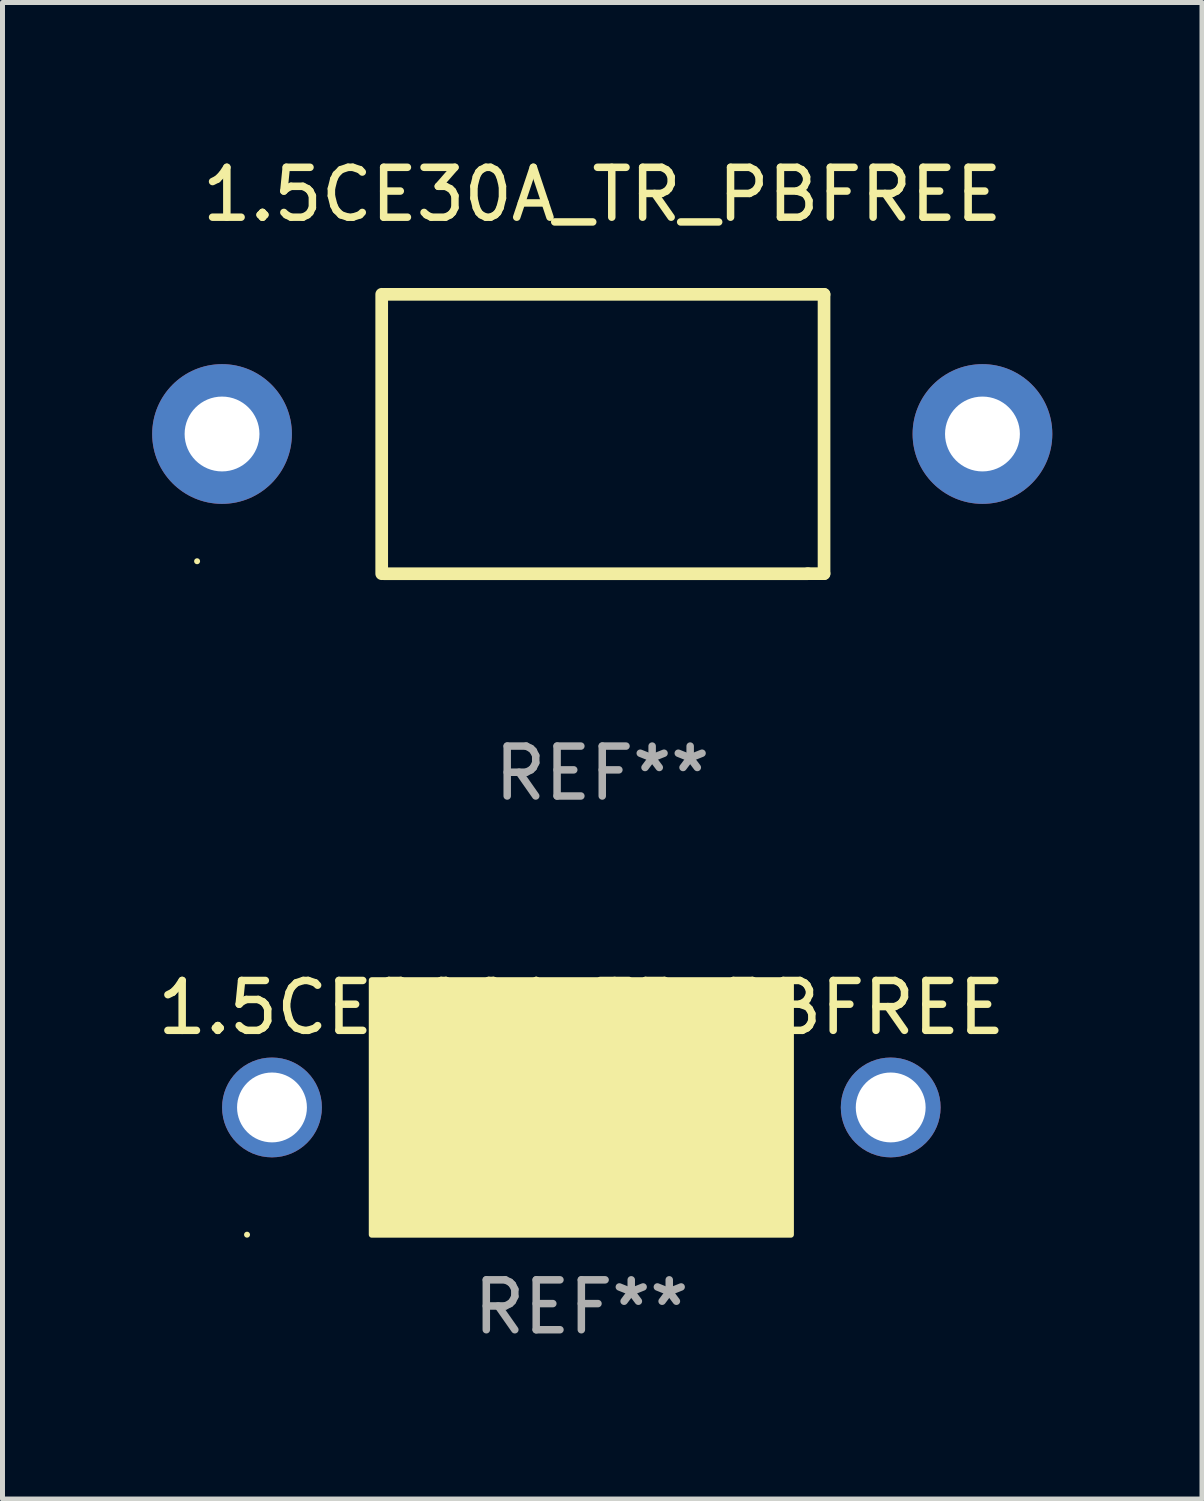
<source format=kicad_pcb>
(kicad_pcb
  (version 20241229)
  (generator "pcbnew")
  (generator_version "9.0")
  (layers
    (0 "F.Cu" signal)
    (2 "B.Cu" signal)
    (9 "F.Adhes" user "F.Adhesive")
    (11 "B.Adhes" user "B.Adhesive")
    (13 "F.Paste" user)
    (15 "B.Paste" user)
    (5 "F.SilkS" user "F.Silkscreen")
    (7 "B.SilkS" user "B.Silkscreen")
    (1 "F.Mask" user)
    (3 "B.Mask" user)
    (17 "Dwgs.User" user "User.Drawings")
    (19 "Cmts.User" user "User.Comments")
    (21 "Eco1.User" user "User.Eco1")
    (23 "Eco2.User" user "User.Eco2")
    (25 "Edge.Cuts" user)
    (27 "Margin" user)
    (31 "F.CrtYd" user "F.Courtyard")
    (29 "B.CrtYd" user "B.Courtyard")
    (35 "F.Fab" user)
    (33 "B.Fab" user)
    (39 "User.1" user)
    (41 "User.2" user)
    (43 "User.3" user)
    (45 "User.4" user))
  (footprint "1.5CE200A_TR_PBFREE"
    (layer "F.Cu")
    (at 8.601 19.145)
    (property "Reference" "1.5CE200A_TR_PBFREE" (at 0 -2 0) (layer "F.SilkS") (effects (font (size 1 1) (thickness 0.15))))
    (attr through_hole)
    (fp_circle (center -6.7 2.55) (end -6.67 2.55) (stroke (width 0.06) (type solid)) (fill no) (layer "F.SilkS"))
    (fp_poly (pts (xy -4.2 -2.55) (xy 4.2 -2.55) (xy 4.2 2.55) (xy -4.2 2.55)) (stroke (width 0.12) (type solid)) (fill yes) (layer "F.SilkS"))
    (fp_text user "REF**" (at 0 4 0) (layer "F.Fab") (effects (font (size 1 1) (thickness 0.15))))
    (pad "1" thru_hole circle (at -6.2 0) (size 2 2) (drill 1.4) (layers "*.Cu" "*.Mask"))
    (pad "2" thru_hole circle (at 6.2 0) (size 2 2) (drill 1.4) (layers "*.Cu" "*.Mask")))
  (footprint "1.5CE30A_TR_PBFREE"
    (layer "F.Cu")
    (at 9.02 5.648)
    (property "Reference" "1.5CE30A_TR_PBFREE" (at 0 -4.8 0) (layer "F.SilkS") (effects (font (size 1 1) (thickness 0.15))))
    (attr through_hole)
    (fp_line (start -4.42 2.8) (end -4.42 -2.8) (stroke (width 0.254) (type solid)) (layer "F.SilkS"))
    (fp_line (start -4.379 -2.799) (end 4.445 -2.799) (stroke (width 0.254) (type solid)) (layer "F.SilkS"))
    (fp_line (start 4.12 2.8) (end -4.38 2.8) (stroke (width 0.254) (type solid)) (layer "F.SilkS"))
    (fp_line (start 4.445 -2.799) (end 4.445 2.799) (stroke (width 0.254) (type solid)) (layer "F.SilkS"))
    (fp_line (start 4.445 2.799) (end 4.12 2.799) (stroke (width 0.254) (type solid)) (layer "F.SilkS"))
    (fp_circle (center -8.12 2.55) (end -8.09 2.55) (stroke (width 0.06) (type solid)) (fill no) (layer "F.SilkS"))
    (fp_text user "REF**" (at 0 6.8 0) (layer "F.Fab") (effects (font (size 1 1) (thickness 0.15))))
    (pad "1" thru_hole circle (at -7.62 0) (size 2.8 2.8) (drill 1.5) (layers "*.Cu" "*.Mask"))
    (pad "2" thru_hole circle (at 7.62 0) (size 2.8 2.8) (drill 1.5) (layers "*.Cu" "*.Mask")))
  (gr_rect
    (start -3 -3)
    (end 21.04 26.993)
    (stroke (width 0.1) (type default))
    (fill no)
    (layer "Edge.Cuts")))
</source>
